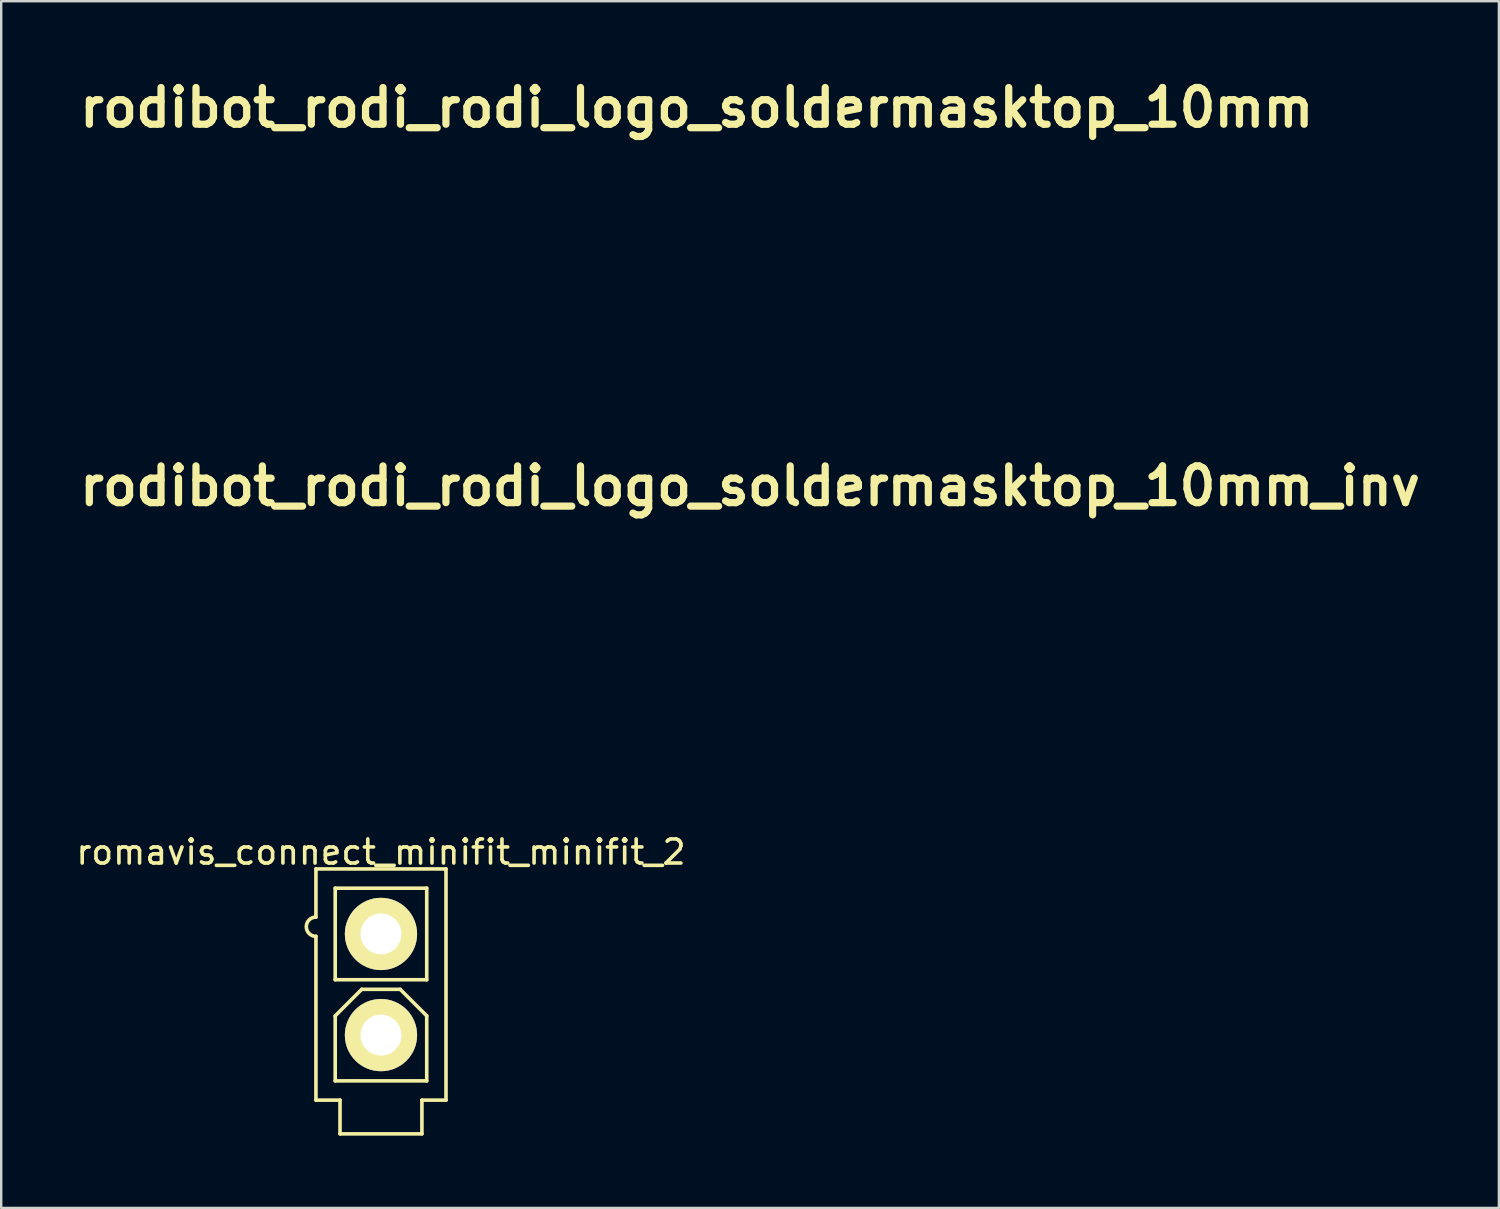
<source format=kicad_pcb>
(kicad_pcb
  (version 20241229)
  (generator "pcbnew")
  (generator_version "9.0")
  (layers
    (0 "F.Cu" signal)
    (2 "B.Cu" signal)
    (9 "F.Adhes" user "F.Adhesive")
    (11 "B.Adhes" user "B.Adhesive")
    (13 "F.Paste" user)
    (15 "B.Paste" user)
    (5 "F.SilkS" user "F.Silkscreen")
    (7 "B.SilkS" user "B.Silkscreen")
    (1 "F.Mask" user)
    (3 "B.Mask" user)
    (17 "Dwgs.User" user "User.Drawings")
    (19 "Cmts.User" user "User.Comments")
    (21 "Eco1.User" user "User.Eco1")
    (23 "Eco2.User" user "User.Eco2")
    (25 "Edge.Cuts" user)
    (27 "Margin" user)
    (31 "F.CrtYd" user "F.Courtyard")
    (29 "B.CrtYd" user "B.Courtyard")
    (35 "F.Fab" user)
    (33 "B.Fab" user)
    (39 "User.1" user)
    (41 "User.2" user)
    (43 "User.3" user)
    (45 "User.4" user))
  (footprint "romavis_connect_minifit_minifit_2"
    (layer "F.Cu")
    (at 12.768 37.828)
    (property "Reference" "romavis_connect_minifit_minifit_2" (at 0 -5.5 0) (layer "F.SilkS") (effects (font (size 1 1) (thickness 0.15))))
    (attr through_hole)
    (fp_line (start -2.7 -4.8) (end -2.7 -2.8) (stroke (width 0.15) (type solid)) (layer "F.SilkS"))
    (fp_line (start -2.7 -4.8) (end 2.7 -4.8) (stroke (width 0.15) (type solid)) (layer "F.SilkS"))
    (fp_line (start -2.7 -2) (end -2.7 4.8) (stroke (width 0.15) (type solid)) (layer "F.SilkS"))
    (fp_line (start -2.7 4.8) (end -1.7 4.8) (stroke (width 0.15) (type solid)) (layer "F.SilkS"))
    (fp_line (start -1.9 -4) (end -1.9 -0.2) (stroke (width 0.15) (type solid)) (layer "F.SilkS"))
    (fp_line (start -1.9 -0.2) (end 1.9 -0.2) (stroke (width 0.15) (type solid)) (layer "F.SilkS"))
    (fp_line (start -1.9 1.3) (end -1.9 4) (stroke (width 0.15) (type solid)) (layer "F.SilkS"))
    (fp_line (start -1.7 4.8) (end -1.7 6.2) (stroke (width 0.15) (type solid)) (layer "F.SilkS"))
    (fp_line (start -1.7 6.2) (end 1.7 6.2) (stroke (width 0.15) (type solid)) (layer "F.SilkS"))
    (fp_line (start -0.8 0.2) (end -1.9 1.3) (stroke (width 0.15) (type solid)) (layer "F.SilkS"))
    (fp_line (start -0.8 0.2) (end 0.8 0.2) (stroke (width 0.15) (type solid)) (layer "F.SilkS"))
    (fp_line (start 0.8 0.2) (end 1.9 1.3) (stroke (width 0.15) (type solid)) (layer "F.SilkS"))
    (fp_line (start 1.7 4.8) (end 2.7 4.8) (stroke (width 0.15) (type solid)) (layer "F.SilkS"))
    (fp_line (start 1.7 6.2) (end 1.7 4.8) (stroke (width 0.15) (type solid)) (layer "F.SilkS"))
    (fp_line (start 1.9 -4) (end -1.9 -4) (stroke (width 0.15) (type solid)) (layer "F.SilkS"))
    (fp_line (start 1.9 -0.2) (end 1.9 -4) (stroke (width 0.15) (type solid)) (layer "F.SilkS"))
    (fp_line (start 1.9 1.3) (end 1.9 4) (stroke (width 0.15) (type solid)) (layer "F.SilkS"))
    (fp_line (start 1.9 4) (end -1.9 4) (stroke (width 0.15) (type solid)) (layer "F.SilkS"))
    (fp_line (start 2.7 -4.8) (end 2.7 4.8) (stroke (width 0.15) (type solid)) (layer "F.SilkS"))
    (fp_arc (start -2.7 -2) (mid -3.1 -2.4) (end -2.7 -2.8) (stroke (width 0.15) (type solid)) (layer "F.SilkS"))
    (pad "1" thru_hole circle (at 0 -2.1) (size 3 3) (drill 1.7) (layers "*.Cu" "*.Mask" "F.SilkS"))
    (pad "2" thru_hole circle (at 0 2.1) (size 3 3) (drill 1.7) (layers "*.Cu" "*.Mask" "F.SilkS")))
  (footprint "rodibot_rodi_rodi_logo_soldermasktop_10mm"
    (layer "F.Cu")
    (at 28.419 7.768)
    (property "Reference" "rodibot_rodi_rodi_logo_soldermasktop_10mm" (at -2.54 -6.35 0) (layer "F.SilkS") (effects (font (size 1.524 1.524) (thickness 0.3))))
    (attr through_hole)
    (fp_poly (pts (xy 0.213 -1.128) (xy 0.564 -0.953) (xy 0.858 -0.65) (xy 0.944 -0.509) (xy 1.082 -0.092) (xy 1.074 0.323) (xy 0.938 0.704) (xy 0.692 1.022) (xy 0.354 1.246) (xy -0.059 1.346) (xy -0.161 1.348) (xy -0.425 1.334) (xy -0.63 1.307) (xy -0.677 1.295) (xy -0.99 1.098) (xy -1.239 0.781) (xy -1.398 0.392) (xy -1.439 0.068) (xy -1.368 -0.363) (xy -1.175 -0.711) (xy -0.891 -0.969) (xy -0.545 -1.129) (xy -0.167 -1.185) (xy 0.213 -1.128)) (stroke (width 0.01) (type solid)) (fill yes) (layer "F.Mask"))
    (fp_poly (pts (xy 4.971 -2.321) (xy 4.955 -1.46) (xy 4.936 -0.747) (xy 4.91 -0.159) (xy 4.875 0.323) (xy 4.827 0.723) (xy 4.764 1.062) (xy 4.683 1.361) (xy 4.581 1.642) (xy 4.454 1.927) (xy 4.356 2.126) (xy 4.1 2.545) (xy 3.743 3.005) (xy 3.324 3.466) (xy 2.88 3.89) (xy 2.45 4.235) (xy 2.15 4.425) (xy 1.468 4.705) (xy 0.698 4.879) (xy -0.105 4.938) (xy -0.635 4.91) (xy -1.453 4.74) (xy -2.237 4.423) (xy -2.961 3.978) (xy -3.597 3.422) (xy -4.118 2.776) (xy -4.332 2.413) (xy -4.631 1.769) (xy -4.819 1.17) (xy -4.912 0.551) (xy -4.923 0.219) (xy -3.622 0.219) (xy -3.509 0.892) (xy -3.243 1.602) (xy -2.848 2.219) (xy -2.344 2.733) (xy -1.751 3.131) (xy -1.09 3.401) (xy -0.38 3.533) (xy 0.359 3.513) (xy 0.794 3.428) (xy 1.496 3.161) (xy 2.114 2.755) (xy 2.635 2.228) (xy 3.043 1.594) (xy 3.324 0.871) (xy 3.404 0.525) (xy 3.45 -0.169) (xy 3.343 -0.867) (xy 3.098 -1.539) (xy 2.728 -2.159) (xy 2.247 -2.698) (xy 1.668 -3.13) (xy 1.542 -3.201) (xy 0.852 -3.483) (xy 0.16 -3.61) (xy -0.519 -3.593) (xy -1.169 -3.444) (xy -1.774 -3.177) (xy -2.321 -2.804) (xy -2.792 -2.337) (xy -3.173 -1.789) (xy -3.449 -1.172) (xy -3.604 -0.499) (xy -3.622 0.219) (xy -4.923 0.219) (xy -4.931 0) (xy -4.844 -0.908) (xy -4.604 -1.769) (xy -4.22 -2.564) (xy -3.703 -3.276) (xy -3.062 -3.889) (xy -2.31 -4.383) (xy -2.306 -4.386) (xy -2.047 -4.516) (xy -1.792 -4.623) (xy -1.52 -4.71) (xy -1.212 -4.78) (xy -0.847 -4.834) (xy -0.406 -4.877) (xy 0.131 -4.909) (xy 0.784 -4.935) (xy 1.573 -4.956) (xy 2.19 -4.968) (xy 5.016 -5.022) (xy 4.971 -2.321)) (stroke (width 0.01) (type solid)) (fill yes) (layer "F.Mask")))
  (footprint "rodibot_rodi_rodi_logo_soldermasktop_10mm_inv"
    (layer "F.Cu")
    (at 30.632 23.48)
    (property "Reference" "rodibot_rodi_rodi_logo_soldermasktop_10mm_inv" (at -2.54 -6.35 0) (layer "F.SilkS") (effects (font (size 1.524 1.524) (thickness 0.3))))
    (attr through_hole)
    (fp_poly (pts (xy -4.916 0.656) (xy -4.913 0.678) (xy -4.721 1.533) (xy -4.381 2.328) (xy -3.912 3.048) (xy -3.328 3.675) (xy -2.647 4.195) (xy -1.884 4.59) (xy -1.056 4.845) (xy -0.635 4.913) (xy -0.577 4.929) (xy -0.676 4.944) (xy -0.919 4.957) (xy -1.293 4.968) (xy -1.787 4.977) (xy -2.388 4.983) (xy -2.561 4.984) (xy -4.995 4.995) (xy -4.984 2.603) (xy -4.979 1.98) (xy -4.971 1.459) (xy -4.96 1.054) (xy -4.947 0.776) (xy -4.932 0.639) (xy -4.916 0.656)) (stroke (width 0.01) (type solid)) (fill yes) (layer "F.Mask"))
    (fp_poly (pts (xy 4.94 0.058) (xy 4.954 0.208) (xy 4.965 0.508) (xy 4.974 0.962) (xy 4.98 1.576) (xy 4.984 2.265) (xy 4.995 4.995) (xy 2.519 4.985) (xy 1.786 4.98) (xy 1.219 4.972) (xy 0.814 4.962) (xy 0.566 4.948) (xy 0.474 4.931) (xy 0.532 4.911) (xy 0.579 4.904) (xy 1.317 4.755) (xy 1.982 4.498) (xy 2.605 4.117) (xy 3.217 3.595) (xy 3.492 3.315) (xy 4.037 2.653) (xy 4.439 1.967) (xy 4.715 1.22) (xy 4.882 0.374) (xy 4.904 0.186) (xy 4.924 0.053) (xy 4.94 0.058)) (stroke (width 0.01) (type solid)) (fill yes) (layer "F.Mask"))
    (fp_poly (pts (xy -2.053 -4.982) (xy -1.282 -4.978) (xy -0.676 -4.972) (xy -0.233 -4.964) (xy 0.051 -4.955) (xy 0.181 -4.944) (xy 0.159 -4.931) (xy -0.011 -4.916) (xy -0.085 -4.911) (xy -0.768 -4.851) (xy -1.329 -4.756) (xy -1.812 -4.611) (xy -2.263 -4.407) (xy -2.498 -4.274) (xy -3.234 -3.737) (xy -3.855 -3.084) (xy -4.35 -2.336) (xy -4.705 -1.511) (xy -4.908 -0.628) (xy -4.913 -0.595) (xy -4.929 -0.548) (xy -4.944 -0.657) (xy -4.958 -0.909) (xy -4.969 -1.292) (xy -4.978 -1.793) (xy -4.983 -2.399) (xy -4.984 -2.561) (xy -4.995 -4.995) (xy -2.053 -4.982)) (stroke (width 0.01) (type solid)) (fill yes) (layer "F.Mask"))
    (fp_poly (pts (xy 0.758 -3.5) (xy 1.434 -3.248) (xy 2.06 -2.851) (xy 2.458 -2.487) (xy 2.905 -1.903) (xy 3.227 -1.245) (xy 3.411 -0.547) (xy 3.448 0.158) (xy 3.404 0.525) (xy 3.186 1.278) (xy 2.84 1.943) (xy 2.384 2.508) (xy 1.834 2.962) (xy 1.209 3.293) (xy 0.524 3.49) (xy -0.201 3.542) (xy -0.949 3.437) (xy -1.016 3.42) (xy -1.711 3.154) (xy -2.307 2.768) (xy -2.799 2.28) (xy -3.183 1.713) (xy -3.451 1.086) (xy -3.6 0.42) (xy -3.61 0.127) (xy -1.446 0.127) (xy -1.372 0.526) (xy -1.161 0.901) (xy -1.003 1.069) (xy -0.808 1.223) (xy -0.615 1.306) (xy -0.357 1.341) (xy -0.161 1.348) (xy 0.241 1.297) (xy 0.517 1.162) (xy 0.837 0.863) (xy 1.024 0.505) (xy 1.088 0.119) (xy 1.037 -0.266) (xy 0.879 -0.619) (xy 0.624 -0.91) (xy 0.28 -1.109) (xy -0.144 -1.185) (xy -0.161 -1.185) (xy -0.601 -1.112) (xy -0.961 -0.915) (xy -1.23 -0.623) (xy -1.395 -0.266) (xy -1.446 0.127) (xy -3.61 0.127) (xy -3.623 -0.265) (xy -3.516 -0.948) (xy -3.273 -1.609) (xy -2.889 -2.228) (xy -2.579 -2.579) (xy -1.991 -3.056) (xy -1.341 -3.385) (xy -0.651 -3.569) (xy 0.056 -3.607) (xy 0.758 -3.5)) (stroke (width 0.01) (type solid)) (fill yes) (layer "F.Mask")))
  (gr_rect
    (start -3 -3)
    (end 59.185 47.103)
    (stroke (width 0.1) (type default))
    (fill no)
    (layer "Edge.Cuts")))
</source>
